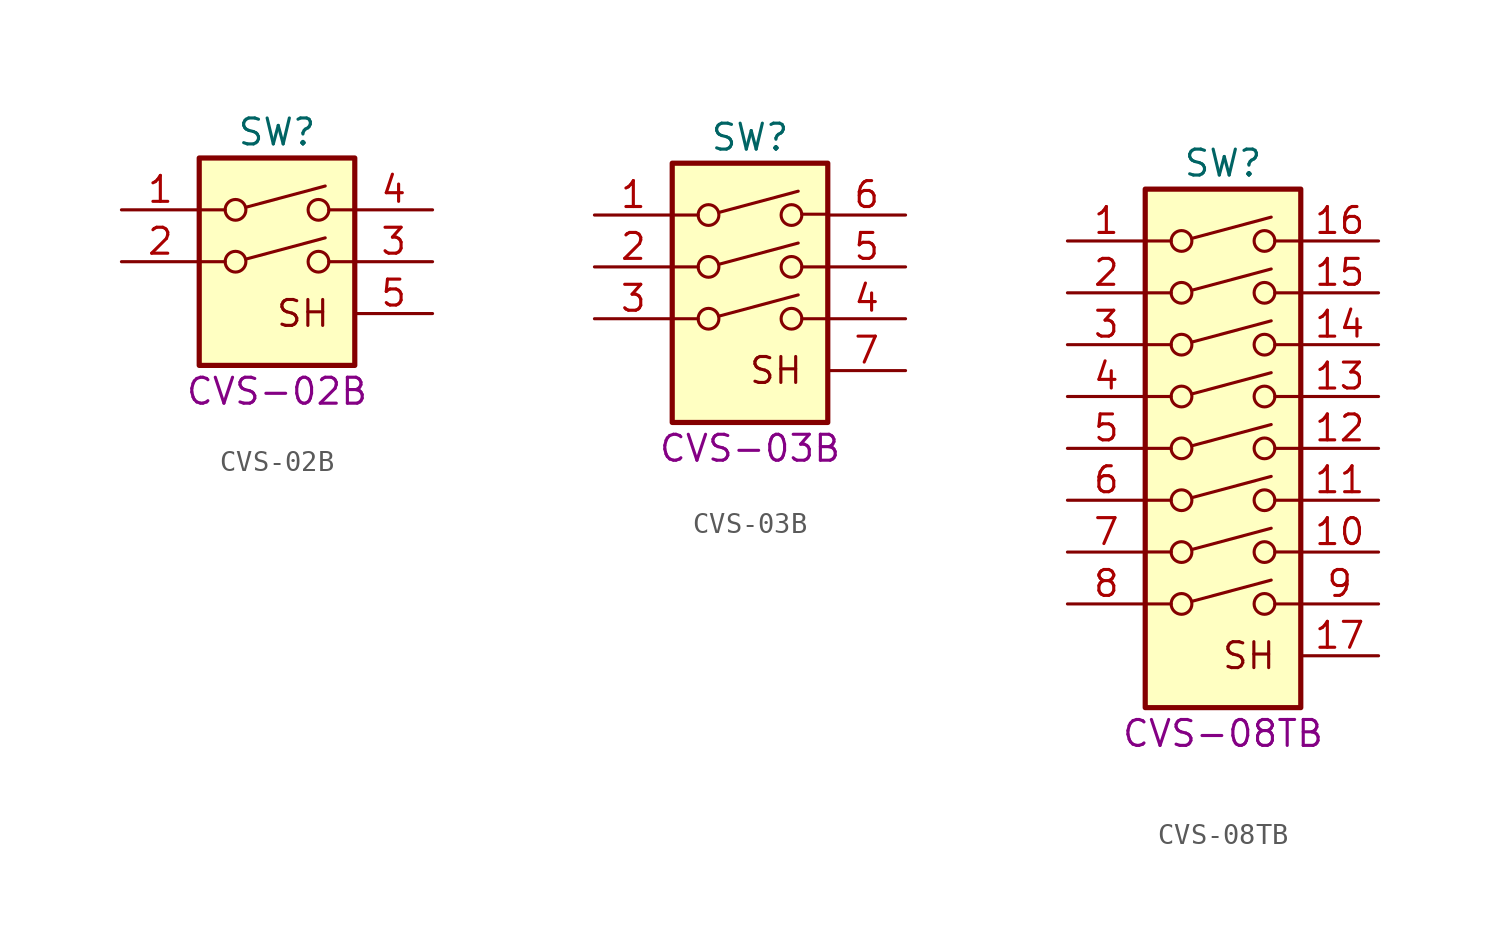
<source format=kicad_sym>
(kicad_symbol_lib
  (version 20211014)
  (generator kicad_symbol_editor)
  (symbol "CVS-02B"
    (pin_names
      (offset 0) hide)
    (property "Reference" "SW"
      (at 0 6.35 0)
      (effects (font (size 1.27 1.27))))
    (property "MPN" "CVS-02B"
      (at 0 -6.35 0)
      (effects (font (size 1.27 1.27))))
    (symbol "CVS-02B_0_0"
      (circle (center -2.032 0) (radius 0.508) (stroke (width 0) (type default) (color 0 0 0 0)) (fill (type none)))
      (circle (center -2.032 2.54) (radius 0.508) (stroke (width 0) (type default) (color 0 0 0 0)) (fill (type none)))
      (polyline (pts (xy -2.54 0) (xy -3.81 0)) (stroke (width 0) (type default) (color 0 0 0 0)) (fill (type none)))
      (polyline (pts (xy -2.54 2.54) (xy -3.81 2.54)) (stroke (width 0) (type default) (color 0 0 0 0)) (fill (type none)))
      (polyline (pts (xy -1.524 0.127) (xy 2.362 1.168)) (stroke (width 0) (type default) (color 0 0 0 0)) (fill (type none)))
      (polyline (pts (xy -1.524 2.667) (xy 2.362 3.708)) (stroke (width 0) (type default) (color 0 0 0 0)) (fill (type none)))
      (polyline (pts (xy 3.81 0) (xy 2.54 0)) (stroke (width 0) (type default) (color 0 0 0 0)) (fill (type none)))
      (polyline (pts (xy 3.81 2.54) (xy 2.54 2.54)) (stroke (width 0) (type default) (color 0 0 0 0)) (fill (type none)))
      (circle (center 2.032 0) (radius 0.508) (stroke (width 0) (type default) (color 0 0 0 0)) (fill (type none)))
      (circle (center 2.032 2.54) (radius 0.508) (stroke (width 0) (type default) (color 0 0 0 0)) (fill (type none)))
      (text "SH" (at 1.27 -2.54 0) (effects (font (size 1.27 1.27)))))
    (symbol "CVS-02B_0_1"
      (rectangle (start -3.81 5.08) (end 3.81 -5.08) (stroke (width 0.254) (type default) (color 0 0 0 0)) (fill (type background))))
    (symbol "CVS-02B_1_1"
      (pin passive line (at -7.62 2.54 0) (length 3.81) (name "~" (effects (font (size 1.27 1.27)))) (number "1" (effects (font (size 1.27 1.27)))))
      (pin passive line (at -7.62 0 0) (length 3.81) (name "~" (effects (font (size 1.27 1.27)))) (number "2" (effects (font (size 1.27 1.27)))))
      (pin passive line (at 7.62 0 180) (length 3.81) (name "~" (effects (font (size 1.27 1.27)))) (number "3" (effects (font (size 1.27 1.27)))))
      (pin passive line (at 7.62 2.54 180) (length 3.81) (name "~" (effects (font (size 1.27 1.27)))) (number "4" (effects (font (size 1.27 1.27)))))
      (pin power_in line (at 7.62 -2.54 180) (length 3.81) (name "SH" (effects (font (size 1.27 1.27)))) (number "5" (effects (font (size 1.27 1.27)))))))
  (symbol "CVS-03B"
    (pin_names
      (offset 0) hide)
    (property "Reference" "SW"
      (at 0 6.35 0)
      (effects (font (size 1.27 1.27))))
    (property "MPN" "CVS-03B"
      (at 0 -8.89 0)
      (effects (font (size 1.27 1.27))))
    (symbol "CVS-03B_0_0"
      (circle (center -2.032 -2.54) (radius 0.508) (stroke (width 0) (type default) (color 0 0 0 0)) (fill (type none)))
      (circle (center -2.032 0) (radius 0.508) (stroke (width 0) (type default) (color 0 0 0 0)) (fill (type none)))
      (circle (center -2.032 2.54) (radius 0.508) (stroke (width 0) (type default) (color 0 0 0 0)) (fill (type none)))
      (polyline (pts (xy -2.54 -2.54) (xy -3.81 -2.54)) (stroke (width 0) (type default) (color 0 0 0 0)) (fill (type none)))
      (polyline (pts (xy -2.54 0) (xy -3.81 0)) (stroke (width 0) (type default) (color 0 0 0 0)) (fill (type none)))
      (polyline (pts (xy -2.54 2.54) (xy -3.81 2.54)) (stroke (width 0) (type default) (color 0 0 0 0)) (fill (type none)))
      (polyline (pts (xy -1.524 -2.413) (xy 2.362 -1.372)) (stroke (width 0) (type default) (color 0 0 0 0)) (fill (type none)))
      (polyline (pts (xy -1.524 0.127) (xy 2.362 1.168)) (stroke (width 0) (type default) (color 0 0 0 0)) (fill (type none)))
      (polyline (pts (xy -1.524 2.667) (xy 2.362 3.708)) (stroke (width 0) (type default) (color 0 0 0 0)) (fill (type none)))
      (polyline (pts (xy 3.804 2.581) (xy 2.534 2.581)) (stroke (width 0) (type default) (color 0 0 0 0)) (fill (type none)))
      (polyline (pts (xy 3.81 -2.54) (xy 2.54 -2.54)) (stroke (width 0) (type default) (color 0 0 0 0)) (fill (type none)))
      (polyline (pts (xy 3.81 0) (xy 2.54 0)) (stroke (width 0) (type default) (color 0 0 0 0)) (fill (type none)))
      (circle (center 2.032 -2.54) (radius 0.508) (stroke (width 0) (type default) (color 0 0 0 0)) (fill (type none)))
      (circle (center 2.032 0) (radius 0.508) (stroke (width 0) (type default) (color 0 0 0 0)) (fill (type none)))
      (circle (center 2.032 2.54) (radius 0.508) (stroke (width 0) (type default) (color 0 0 0 0)) (fill (type none)))
      (text "SH" (at 1.27 -5.08 0) (effects (font (size 1.27 1.27)))))
    (symbol "CVS-03B_0_1"
      (rectangle (start -3.81 5.08) (end 3.81 -7.62) (stroke (width 0.254) (type default) (color 0 0 0 0)) (fill (type background))))
    (symbol "CVS-03B_1_1"
      (pin passive line (at -7.62 2.54 0) (length 3.81) (name "~" (effects (font (size 1.27 1.27)))) (number "1" (effects (font (size 1.27 1.27)))))
      (pin passive line (at -7.62 0 0) (length 3.81) (name "~" (effects (font (size 1.27 1.27)))) (number "2" (effects (font (size 1.27 1.27)))))
      (pin passive line (at -7.62 -2.54 0) (length 3.81) (name "~" (effects (font (size 1.27 1.27)))) (number "3" (effects (font (size 1.27 1.27)))))
      (pin passive line (at 7.62 -2.54 180) (length 3.81) (name "~" (effects (font (size 1.27 1.27)))) (number "4" (effects (font (size 1.27 1.27)))))
      (pin passive line (at 7.62 0 180) (length 3.81) (name "~" (effects (font (size 1.27 1.27)))) (number "5" (effects (font (size 1.27 1.27)))))
      (pin passive line (at 7.62 2.54 180) (length 3.81) (name "~" (effects (font (size 1.27 1.27)))) (number "6" (effects (font (size 1.27 1.27)))))
      (pin power_in line (at 7.62 -5.08 180) (length 3.81) (name "SH" (effects (font (size 1.27 1.27)))) (number "7" (effects (font (size 1.27 1.27)))))))
  (symbol "CVS-08TB"
    (pin_names
      (offset 0) hide)
    (property "Reference" "SW"
      (at 0 6.35 0)
      (effects (font (size 1.27 1.27))))
    (property "MPN" "CVS-08TB"
      (at 0 -21.59 0)
      (effects (font (size 1.27 1.27))))
    (symbol "CVS-08TB_0_0"
      (circle (center -2.032 -15.24) (radius 0.508) (stroke (width 0) (type default) (color 0 0 0 0)) (fill (type none)))
      (circle (center -2.032 -12.7) (radius 0.508) (stroke (width 0) (type default) (color 0 0 0 0)) (fill (type none)))
      (circle (center -2.032 -10.16) (radius 0.508) (stroke (width 0) (type default) (color 0 0 0 0)) (fill (type none)))
      (circle (center -2.032 -7.62) (radius 0.508) (stroke (width 0) (type default) (color 0 0 0 0)) (fill (type none)))
      (circle (center -2.032 -5.08) (radius 0.508) (stroke (width 0) (type default) (color 0 0 0 0)) (fill (type none)))
      (circle (center -2.032 -2.54) (radius 0.508) (stroke (width 0) (type default) (color 0 0 0 0)) (fill (type none)))
      (circle (center -2.032 0) (radius 0.508) (stroke (width 0) (type default) (color 0 0 0 0)) (fill (type none)))
      (circle (center -2.032 2.54) (radius 0.508) (stroke (width 0) (type default) (color 0 0 0 0)) (fill (type none)))
      (polyline (pts (xy -3.81 -15.24) (xy -2.54 -15.24)) (stroke (width 0) (type default) (color 0 0 0 0)) (fill (type none)))
      (polyline (pts (xy -3.81 -10.16) (xy -2.54 -10.16)) (stroke (width 0) (type default) (color 0 0 0 0)) (fill (type none)))
      (polyline (pts (xy -3.81 -7.62) (xy -2.54 -7.62)) (stroke (width 0) (type default) (color 0 0 0 0)) (fill (type none)))
      (polyline (pts (xy -3.81 -5.08) (xy -2.54 -5.08)) (stroke (width 0) (type default) (color 0 0 0 0)) (fill (type none)))
      (polyline (pts (xy -3.81 -2.54) (xy -2.54 -2.54)) (stroke (width 0) (type default) (color 0 0 0 0)) (fill (type none)))
      (polyline (pts (xy -3.81 0) (xy -2.54 0)) (stroke (width 0) (type default) (color 0 0 0 0)) (fill (type none)))
      (polyline (pts (xy -3.81 2.54) (xy -2.54 2.54)) (stroke (width 0) (type default) (color 0 0 0 0)) (fill (type none)))
      (polyline (pts (xy -3.807 -12.695) (xy -2.537 -12.695)) (stroke (width 0) (type default) (color 0 0 0 0)) (fill (type none)))
      (polyline (pts (xy -1.524 -15.113) (xy 2.362 -14.072)) (stroke (width 0) (type default) (color 0 0 0 0)) (fill (type none)))
      (polyline (pts (xy -1.524 -12.573) (xy 2.362 -11.532)) (stroke (width 0) (type default) (color 0 0 0 0)) (fill (type none)))
      (polyline (pts (xy -1.524 -10.033) (xy 2.362 -8.992)) (stroke (width 0) (type default) (color 0 0 0 0)) (fill (type none)))
      (polyline (pts (xy -1.524 -7.493) (xy 2.362 -6.452)) (stroke (width 0) (type default) (color 0 0 0 0)) (fill (type none)))
      (polyline (pts (xy -1.524 -4.953) (xy 2.362 -3.912)) (stroke (width 0) (type default) (color 0 0 0 0)) (fill (type none)))
      (polyline (pts (xy -1.524 -2.413) (xy 2.362 -1.372)) (stroke (width 0) (type default) (color 0 0 0 0)) (fill (type none)))
      (polyline (pts (xy -1.524 0.127) (xy 2.362 1.168)) (stroke (width 0) (type default) (color 0 0 0 0)) (fill (type none)))
      (polyline (pts (xy -1.524 2.667) (xy 2.362 3.708)) (stroke (width 0) (type default) (color 0 0 0 0)) (fill (type none)))
      (polyline (pts (xy 2.54 -15.24) (xy 3.81 -15.24)) (stroke (width 0) (type default) (color 0 0 0 0)) (fill (type none)))
      (polyline (pts (xy 2.54 -10.16) (xy 3.81 -10.16)) (stroke (width 0) (type default) (color 0 0 0 0)) (fill (type none)))
      (polyline (pts (xy 2.54 -7.62) (xy 3.81 -7.62)) (stroke (width 0) (type default) (color 0 0 0 0)) (fill (type none)))
      (polyline (pts (xy 2.54 -5.08) (xy 3.81 -5.08)) (stroke (width 0) (type default) (color 0 0 0 0)) (fill (type none)))
      (polyline (pts (xy 2.54 -2.54) (xy 3.81 -2.54)) (stroke (width 0) (type default) (color 0 0 0 0)) (fill (type none)))
      (polyline (pts (xy 2.54 0) (xy 3.81 0)) (stroke (width 0) (type default) (color 0 0 0 0)) (fill (type none)))
      (polyline (pts (xy 2.54 2.54) (xy 3.81 2.54)) (stroke (width 0) (type default) (color 0 0 0 0)) (fill (type none)))
      (polyline (pts (xy 2.543 -12.695) (xy 3.813 -12.695)) (stroke (width 0) (type default) (color 0 0 0 0)) (fill (type none)))
      (circle (center 2.032 -15.24) (radius 0.508) (stroke (width 0) (type default) (color 0 0 0 0)) (fill (type none)))
      (circle (center 2.032 -12.7) (radius 0.508) (stroke (width 0) (type default) (color 0 0 0 0)) (fill (type none)))
      (circle (center 2.032 -10.16) (radius 0.508) (stroke (width 0) (type default) (color 0 0 0 0)) (fill (type none)))
      (circle (center 2.032 -7.62) (radius 0.508) (stroke (width 0) (type default) (color 0 0 0 0)) (fill (type none)))
      (circle (center 2.032 -5.08) (radius 0.508) (stroke (width 0) (type default) (color 0 0 0 0)) (fill (type none)))
      (circle (center 2.032 -2.54) (radius 0.508) (stroke (width 0) (type default) (color 0 0 0 0)) (fill (type none)))
      (circle (center 2.032 0) (radius 0.508) (stroke (width 0) (type default) (color 0 0 0 0)) (fill (type none)))
      (circle (center 2.032 2.54) (radius 0.508) (stroke (width 0) (type default) (color 0 0 0 0)) (fill (type none)))
      (text "SH" (at 1.27 -17.78 0) (effects (font (size 1.27 1.27)))))
    (symbol "CVS-08TB_0_1"
      (rectangle (start -3.81 5.08) (end 3.81 -20.32) (stroke (width 0.254) (type default) (color 0 0 0 0)) (fill (type background))))
    (symbol "CVS-08TB_1_1"
      (pin passive line (at -7.62 2.54 0) (length 3.81) (name "~" (effects (font (size 1.27 1.27)))) (number "1" (effects (font (size 1.27 1.27)))))
      (pin passive line (at 7.62 -12.7 180) (length 3.81) (name "~" (effects (font (size 1.27 1.27)))) (number "10" (effects (font (size 1.27 1.27)))))
      (pin passive line (at 7.62 -10.16 180) (length 3.81) (name "~" (effects (font (size 1.27 1.27)))) (number "11" (effects (font (size 1.27 1.27)))))
      (pin passive line (at 7.62 -7.62 180) (length 3.81) (name "~" (effects (font (size 1.27 1.27)))) (number "12" (effects (font (size 1.27 1.27)))))
      (pin passive line (at 7.62 -5.08 180) (length 3.81) (name "~" (effects (font (size 1.27 1.27)))) (number "13" (effects (font (size 1.27 1.27)))))
      (pin passive line (at 7.62 -2.54 180) (length 3.81) (name "~" (effects (font (size 1.27 1.27)))) (number "14" (effects (font (size 1.27 1.27)))))
      (pin passive line (at 7.62 0 180) (length 3.81) (name "~" (effects (font (size 1.27 1.27)))) (number "15" (effects (font (size 1.27 1.27)))))
      (pin passive line (at 7.62 2.54 180) (length 3.81) (name "~" (effects (font (size 1.27 1.27)))) (number "16" (effects (font (size 1.27 1.27)))))
      (pin power_in line (at 7.62 -17.78 180) (length 3.81) (name "SH" (effects (font (size 1.27 1.27)))) (number "17" (effects (font (size 1.27 1.27)))))
      (pin passive line (at -7.62 0 0) (length 3.81) (name "~" (effects (font (size 1.27 1.27)))) (number "2" (effects (font (size 1.27 1.27)))))
      (pin passive line (at -7.62 -2.54 0) (length 3.81) (name "~" (effects (font (size 1.27 1.27)))) (number "3" (effects (font (size 1.27 1.27)))))
      (pin passive line (at -7.62 -5.08 0) (length 3.81) (name "~" (effects (font (size 1.27 1.27)))) (number "4" (effects (font (size 1.27 1.27)))))
      (pin passive line (at -7.62 -7.62 0) (length 3.81) (name "~" (effects (font (size 1.27 1.27)))) (number "5" (effects (font (size 1.27 1.27)))))
      (pin passive line (at -7.62 -10.16 0) (length 3.81) (name "~" (effects (font (size 1.27 1.27)))) (number "6" (effects (font (size 1.27 1.27)))))
      (pin passive line (at -7.62 -12.7 0) (length 3.81) (name "~" (effects (font (size 1.27 1.27)))) (number "7" (effects (font (size 1.27 1.27)))))
      (pin passive line (at -7.62 -15.24 0) (length 3.81) (name "~" (effects (font (size 1.27 1.27)))) (number "8" (effects (font (size 1.27 1.27)))))
      (pin passive line (at 7.62 -15.24 180) (length 3.81) (name "~" (effects (font (size 1.27 1.27)))) (number "9" (effects (font (size 1.27 1.27))))))))
</source>
